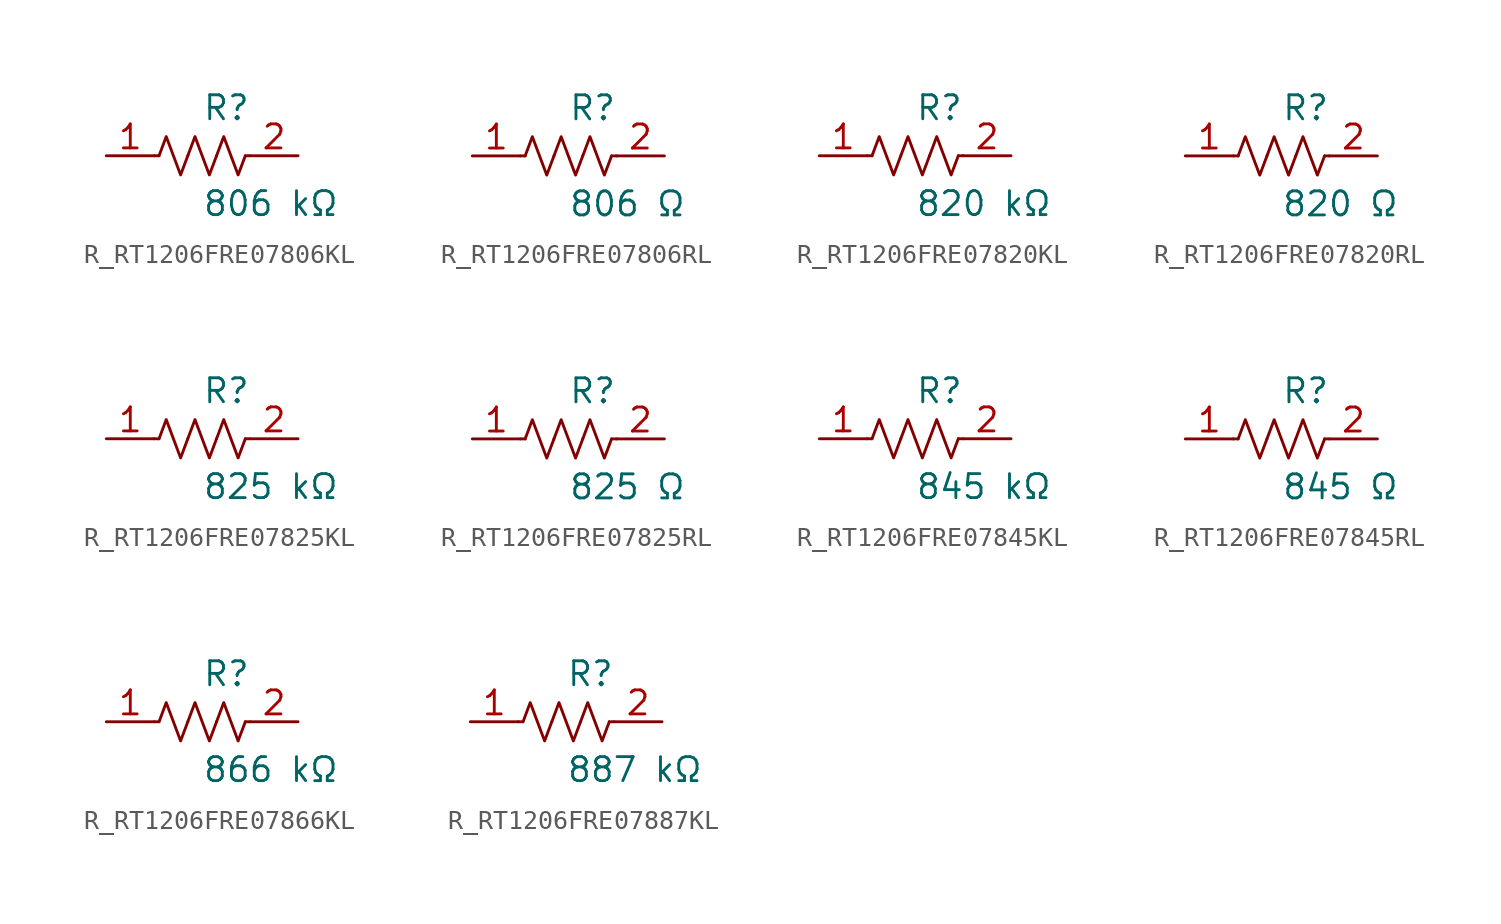
<source format=kicad_sym>
(kicad_symbol_lib
  (version 20231120)
  (generator kicad_symbol_editor)
  (generator_version 8.0)
  (symbol "R_RT1206FRE07806KL"
    (pin_names
      (offset 0.254))
    (property "Reference" "R"
      (at 0 2.54 0)
      (effects (font (size 1.27 1.27)) (justify left)))
    (property "Value" "806 kΩ"
      (at 0 -2.54 0)
      (effects (font (size 1.27 1.27)) (justify left)))
    (symbol "R_RT1206FRE07806KL_0_1"
      (polyline (pts (xy 2.286 0) (xy 2.54 0)) (stroke (width 0) (type default)) (fill (type none)))
      (polyline (pts (xy -2.286 0) (xy -2.54 0)) (stroke (width 0) (type default)) (fill (type none)))
      (polyline (pts (xy 0.762 0) (xy 1.143 1.016) (xy 1.524 0) (xy 1.905 -1.016) (xy 2.286 0)) (stroke (width 0) (type default)) (fill (type none)))
      (polyline (pts (xy -0.762 0) (xy -0.381 1.016) (xy 0 0) (xy 0.381 -1.016) (xy 0.762 0)) (stroke (width 0) (type default)) (fill (type none)))
      (polyline (pts (xy -2.286 0) (xy -1.905 1.016) (xy -1.524 0) (xy -1.143 -1.016) (xy -0.762 0)) (stroke (width 0) (type default)) (fill (type none))))
    (pin unspecified line
      (at -5.08 0 0)
      (length 2.54)
      (name "" (effects (font (size 1.27 1.27))))
      (number "1" (effects (font (size 1.27 1.27)))))
    (pin unspecified line
      (at 5.08 0 180)
      (length 2.54)
      (name "" (effects (font (size 1.27 1.27))))
      (number "2" (effects (font (size 1.27 1.27))))))
  (symbol "R_RT1206FRE07806RL"
    (pin_names
      (offset 0.254))
    (property "Reference" "R"
      (at 0 2.54 0)
      (effects (font (size 1.27 1.27)) (justify left)))
    (property "Value" "806 Ω"
      (at 0 -2.54 0)
      (effects (font (size 1.27 1.27)) (justify left)))
    (symbol "R_RT1206FRE07806RL_0_1"
      (polyline (pts (xy 2.286 0) (xy 2.54 0)) (stroke (width 0) (type default)) (fill (type none)))
      (polyline (pts (xy -2.286 0) (xy -2.54 0)) (stroke (width 0) (type default)) (fill (type none)))
      (polyline (pts (xy 0.762 0) (xy 1.143 1.016) (xy 1.524 0) (xy 1.905 -1.016) (xy 2.286 0)) (stroke (width 0) (type default)) (fill (type none)))
      (polyline (pts (xy -0.762 0) (xy -0.381 1.016) (xy 0 0) (xy 0.381 -1.016) (xy 0.762 0)) (stroke (width 0) (type default)) (fill (type none)))
      (polyline (pts (xy -2.286 0) (xy -1.905 1.016) (xy -1.524 0) (xy -1.143 -1.016) (xy -0.762 0)) (stroke (width 0) (type default)) (fill (type none))))
    (pin unspecified line
      (at -5.08 0 0)
      (length 2.54)
      (name "" (effects (font (size 1.27 1.27))))
      (number "1" (effects (font (size 1.27 1.27)))))
    (pin unspecified line
      (at 5.08 0 180)
      (length 2.54)
      (name "" (effects (font (size 1.27 1.27))))
      (number "2" (effects (font (size 1.27 1.27))))))
  (symbol "R_RT1206FRE07820KL"
    (pin_names
      (offset 0.254))
    (property "Reference" "R"
      (at 0 2.54 0)
      (effects (font (size 1.27 1.27)) (justify left)))
    (property "Value" "820 kΩ"
      (at 0 -2.54 0)
      (effects (font (size 1.27 1.27)) (justify left)))
    (symbol "R_RT1206FRE07820KL_0_1"
      (polyline (pts (xy 2.286 0) (xy 2.54 0)) (stroke (width 0) (type default)) (fill (type none)))
      (polyline (pts (xy -2.286 0) (xy -2.54 0)) (stroke (width 0) (type default)) (fill (type none)))
      (polyline (pts (xy 0.762 0) (xy 1.143 1.016) (xy 1.524 0) (xy 1.905 -1.016) (xy 2.286 0)) (stroke (width 0) (type default)) (fill (type none)))
      (polyline (pts (xy -0.762 0) (xy -0.381 1.016) (xy 0 0) (xy 0.381 -1.016) (xy 0.762 0)) (stroke (width 0) (type default)) (fill (type none)))
      (polyline (pts (xy -2.286 0) (xy -1.905 1.016) (xy -1.524 0) (xy -1.143 -1.016) (xy -0.762 0)) (stroke (width 0) (type default)) (fill (type none))))
    (pin unspecified line
      (at -5.08 0 0)
      (length 2.54)
      (name "" (effects (font (size 1.27 1.27))))
      (number "1" (effects (font (size 1.27 1.27)))))
    (pin unspecified line
      (at 5.08 0 180)
      (length 2.54)
      (name "" (effects (font (size 1.27 1.27))))
      (number "2" (effects (font (size 1.27 1.27))))))
  (symbol "R_RT1206FRE07820RL"
    (pin_names
      (offset 0.254))
    (property "Reference" "R"
      (at 0 2.54 0)
      (effects (font (size 1.27 1.27)) (justify left)))
    (property "Value" "820 Ω"
      (at 0 -2.54 0)
      (effects (font (size 1.27 1.27)) (justify left)))
    (symbol "R_RT1206FRE07820RL_0_1"
      (polyline (pts (xy 2.286 0) (xy 2.54 0)) (stroke (width 0) (type default)) (fill (type none)))
      (polyline (pts (xy -2.286 0) (xy -2.54 0)) (stroke (width 0) (type default)) (fill (type none)))
      (polyline (pts (xy 0.762 0) (xy 1.143 1.016) (xy 1.524 0) (xy 1.905 -1.016) (xy 2.286 0)) (stroke (width 0) (type default)) (fill (type none)))
      (polyline (pts (xy -0.762 0) (xy -0.381 1.016) (xy 0 0) (xy 0.381 -1.016) (xy 0.762 0)) (stroke (width 0) (type default)) (fill (type none)))
      (polyline (pts (xy -2.286 0) (xy -1.905 1.016) (xy -1.524 0) (xy -1.143 -1.016) (xy -0.762 0)) (stroke (width 0) (type default)) (fill (type none))))
    (pin unspecified line
      (at -5.08 0 0)
      (length 2.54)
      (name "" (effects (font (size 1.27 1.27))))
      (number "1" (effects (font (size 1.27 1.27)))))
    (pin unspecified line
      (at 5.08 0 180)
      (length 2.54)
      (name "" (effects (font (size 1.27 1.27))))
      (number "2" (effects (font (size 1.27 1.27))))))
  (symbol "R_RT1206FRE07825KL"
    (pin_names
      (offset 0.254))
    (property "Reference" "R"
      (at 0 2.54 0)
      (effects (font (size 1.27 1.27)) (justify left)))
    (property "Value" "825 kΩ"
      (at 0 -2.54 0)
      (effects (font (size 1.27 1.27)) (justify left)))
    (symbol "R_RT1206FRE07825KL_0_1"
      (polyline (pts (xy 2.286 0) (xy 2.54 0)) (stroke (width 0) (type default)) (fill (type none)))
      (polyline (pts (xy -2.286 0) (xy -2.54 0)) (stroke (width 0) (type default)) (fill (type none)))
      (polyline (pts (xy 0.762 0) (xy 1.143 1.016) (xy 1.524 0) (xy 1.905 -1.016) (xy 2.286 0)) (stroke (width 0) (type default)) (fill (type none)))
      (polyline (pts (xy -0.762 0) (xy -0.381 1.016) (xy 0 0) (xy 0.381 -1.016) (xy 0.762 0)) (stroke (width 0) (type default)) (fill (type none)))
      (polyline (pts (xy -2.286 0) (xy -1.905 1.016) (xy -1.524 0) (xy -1.143 -1.016) (xy -0.762 0)) (stroke (width 0) (type default)) (fill (type none))))
    (pin unspecified line
      (at -5.08 0 0)
      (length 2.54)
      (name "" (effects (font (size 1.27 1.27))))
      (number "1" (effects (font (size 1.27 1.27)))))
    (pin unspecified line
      (at 5.08 0 180)
      (length 2.54)
      (name "" (effects (font (size 1.27 1.27))))
      (number "2" (effects (font (size 1.27 1.27))))))
  (symbol "R_RT1206FRE07825RL"
    (pin_names
      (offset 0.254))
    (property "Reference" "R"
      (at 0 2.54 0)
      (effects (font (size 1.27 1.27)) (justify left)))
    (property "Value" "825 Ω"
      (at 0 -2.54 0)
      (effects (font (size 1.27 1.27)) (justify left)))
    (symbol "R_RT1206FRE07825RL_0_1"
      (polyline (pts (xy 2.286 0) (xy 2.54 0)) (stroke (width 0) (type default)) (fill (type none)))
      (polyline (pts (xy -2.286 0) (xy -2.54 0)) (stroke (width 0) (type default)) (fill (type none)))
      (polyline (pts (xy 0.762 0) (xy 1.143 1.016) (xy 1.524 0) (xy 1.905 -1.016) (xy 2.286 0)) (stroke (width 0) (type default)) (fill (type none)))
      (polyline (pts (xy -0.762 0) (xy -0.381 1.016) (xy 0 0) (xy 0.381 -1.016) (xy 0.762 0)) (stroke (width 0) (type default)) (fill (type none)))
      (polyline (pts (xy -2.286 0) (xy -1.905 1.016) (xy -1.524 0) (xy -1.143 -1.016) (xy -0.762 0)) (stroke (width 0) (type default)) (fill (type none))))
    (pin unspecified line
      (at -5.08 0 0)
      (length 2.54)
      (name "" (effects (font (size 1.27 1.27))))
      (number "1" (effects (font (size 1.27 1.27)))))
    (pin unspecified line
      (at 5.08 0 180)
      (length 2.54)
      (name "" (effects (font (size 1.27 1.27))))
      (number "2" (effects (font (size 1.27 1.27))))))
  (symbol "R_RT1206FRE07845KL"
    (pin_names
      (offset 0.254))
    (property "Reference" "R"
      (at 0 2.54 0)
      (effects (font (size 1.27 1.27)) (justify left)))
    (property "Value" "845 kΩ"
      (at 0 -2.54 0)
      (effects (font (size 1.27 1.27)) (justify left)))
    (symbol "R_RT1206FRE07845KL_0_1"
      (polyline (pts (xy 2.286 0) (xy 2.54 0)) (stroke (width 0) (type default)) (fill (type none)))
      (polyline (pts (xy -2.286 0) (xy -2.54 0)) (stroke (width 0) (type default)) (fill (type none)))
      (polyline (pts (xy 0.762 0) (xy 1.143 1.016) (xy 1.524 0) (xy 1.905 -1.016) (xy 2.286 0)) (stroke (width 0) (type default)) (fill (type none)))
      (polyline (pts (xy -0.762 0) (xy -0.381 1.016) (xy 0 0) (xy 0.381 -1.016) (xy 0.762 0)) (stroke (width 0) (type default)) (fill (type none)))
      (polyline (pts (xy -2.286 0) (xy -1.905 1.016) (xy -1.524 0) (xy -1.143 -1.016) (xy -0.762 0)) (stroke (width 0) (type default)) (fill (type none))))
    (pin unspecified line
      (at -5.08 0 0)
      (length 2.54)
      (name "" (effects (font (size 1.27 1.27))))
      (number "1" (effects (font (size 1.27 1.27)))))
    (pin unspecified line
      (at 5.08 0 180)
      (length 2.54)
      (name "" (effects (font (size 1.27 1.27))))
      (number "2" (effects (font (size 1.27 1.27))))))
  (symbol "R_RT1206FRE07845RL"
    (pin_names
      (offset 0.254))
    (property "Reference" "R"
      (at 0 2.54 0)
      (effects (font (size 1.27 1.27)) (justify left)))
    (property "Value" "845 Ω"
      (at 0 -2.54 0)
      (effects (font (size 1.27 1.27)) (justify left)))
    (symbol "R_RT1206FRE07845RL_0_1"
      (polyline (pts (xy 2.286 0) (xy 2.54 0)) (stroke (width 0) (type default)) (fill (type none)))
      (polyline (pts (xy -2.286 0) (xy -2.54 0)) (stroke (width 0) (type default)) (fill (type none)))
      (polyline (pts (xy 0.762 0) (xy 1.143 1.016) (xy 1.524 0) (xy 1.905 -1.016) (xy 2.286 0)) (stroke (width 0) (type default)) (fill (type none)))
      (polyline (pts (xy -0.762 0) (xy -0.381 1.016) (xy 0 0) (xy 0.381 -1.016) (xy 0.762 0)) (stroke (width 0) (type default)) (fill (type none)))
      (polyline (pts (xy -2.286 0) (xy -1.905 1.016) (xy -1.524 0) (xy -1.143 -1.016) (xy -0.762 0)) (stroke (width 0) (type default)) (fill (type none))))
    (pin unspecified line
      (at -5.08 0 0)
      (length 2.54)
      (name "" (effects (font (size 1.27 1.27))))
      (number "1" (effects (font (size 1.27 1.27)))))
    (pin unspecified line
      (at 5.08 0 180)
      (length 2.54)
      (name "" (effects (font (size 1.27 1.27))))
      (number "2" (effects (font (size 1.27 1.27))))))
  (symbol "R_RT1206FRE07866KL"
    (pin_names
      (offset 0.254))
    (property "Reference" "R"
      (at 0 2.54 0)
      (effects (font (size 1.27 1.27)) (justify left)))
    (property "Value" "866 kΩ"
      (at 0 -2.54 0)
      (effects (font (size 1.27 1.27)) (justify left)))
    (symbol "R_RT1206FRE07866KL_0_1"
      (polyline (pts (xy 2.286 0) (xy 2.54 0)) (stroke (width 0) (type default)) (fill (type none)))
      (polyline (pts (xy -2.286 0) (xy -2.54 0)) (stroke (width 0) (type default)) (fill (type none)))
      (polyline (pts (xy 0.762 0) (xy 1.143 1.016) (xy 1.524 0) (xy 1.905 -1.016) (xy 2.286 0)) (stroke (width 0) (type default)) (fill (type none)))
      (polyline (pts (xy -0.762 0) (xy -0.381 1.016) (xy 0 0) (xy 0.381 -1.016) (xy 0.762 0)) (stroke (width 0) (type default)) (fill (type none)))
      (polyline (pts (xy -2.286 0) (xy -1.905 1.016) (xy -1.524 0) (xy -1.143 -1.016) (xy -0.762 0)) (stroke (width 0) (type default)) (fill (type none))))
    (pin unspecified line
      (at -5.08 0 0)
      (length 2.54)
      (name "" (effects (font (size 1.27 1.27))))
      (number "1" (effects (font (size 1.27 1.27)))))
    (pin unspecified line
      (at 5.08 0 180)
      (length 2.54)
      (name "" (effects (font (size 1.27 1.27))))
      (number "2" (effects (font (size 1.27 1.27))))))
  (symbol "R_RT1206FRE07887KL"
    (pin_names
      (offset 0.254))
    (property "Reference" "R"
      (at 0 2.54 0)
      (effects (font (size 1.27 1.27)) (justify left)))
    (property "Value" "887 kΩ"
      (at 0 -2.54 0)
      (effects (font (size 1.27 1.27)) (justify left)))
    (symbol "R_RT1206FRE07887KL_0_1"
      (polyline (pts (xy 2.286 0) (xy 2.54 0)) (stroke (width 0) (type default)) (fill (type none)))
      (polyline (pts (xy -2.286 0) (xy -2.54 0)) (stroke (width 0) (type default)) (fill (type none)))
      (polyline (pts (xy 0.762 0) (xy 1.143 1.016) (xy 1.524 0) (xy 1.905 -1.016) (xy 2.286 0)) (stroke (width 0) (type default)) (fill (type none)))
      (polyline (pts (xy -0.762 0) (xy -0.381 1.016) (xy 0 0) (xy 0.381 -1.016) (xy 0.762 0)) (stroke (width 0) (type default)) (fill (type none)))
      (polyline (pts (xy -2.286 0) (xy -1.905 1.016) (xy -1.524 0) (xy -1.143 -1.016) (xy -0.762 0)) (stroke (width 0) (type default)) (fill (type none))))
    (pin unspecified line
      (at -5.08 0 0)
      (length 2.54)
      (name "" (effects (font (size 1.27 1.27))))
      (number "1" (effects (font (size 1.27 1.27)))))
    (pin unspecified line
      (at 5.08 0 180)
      (length 2.54)
      (name "" (effects (font (size 1.27 1.27))))
      (number "2" (effects (font (size 1.27 1.27)))))))
</source>
